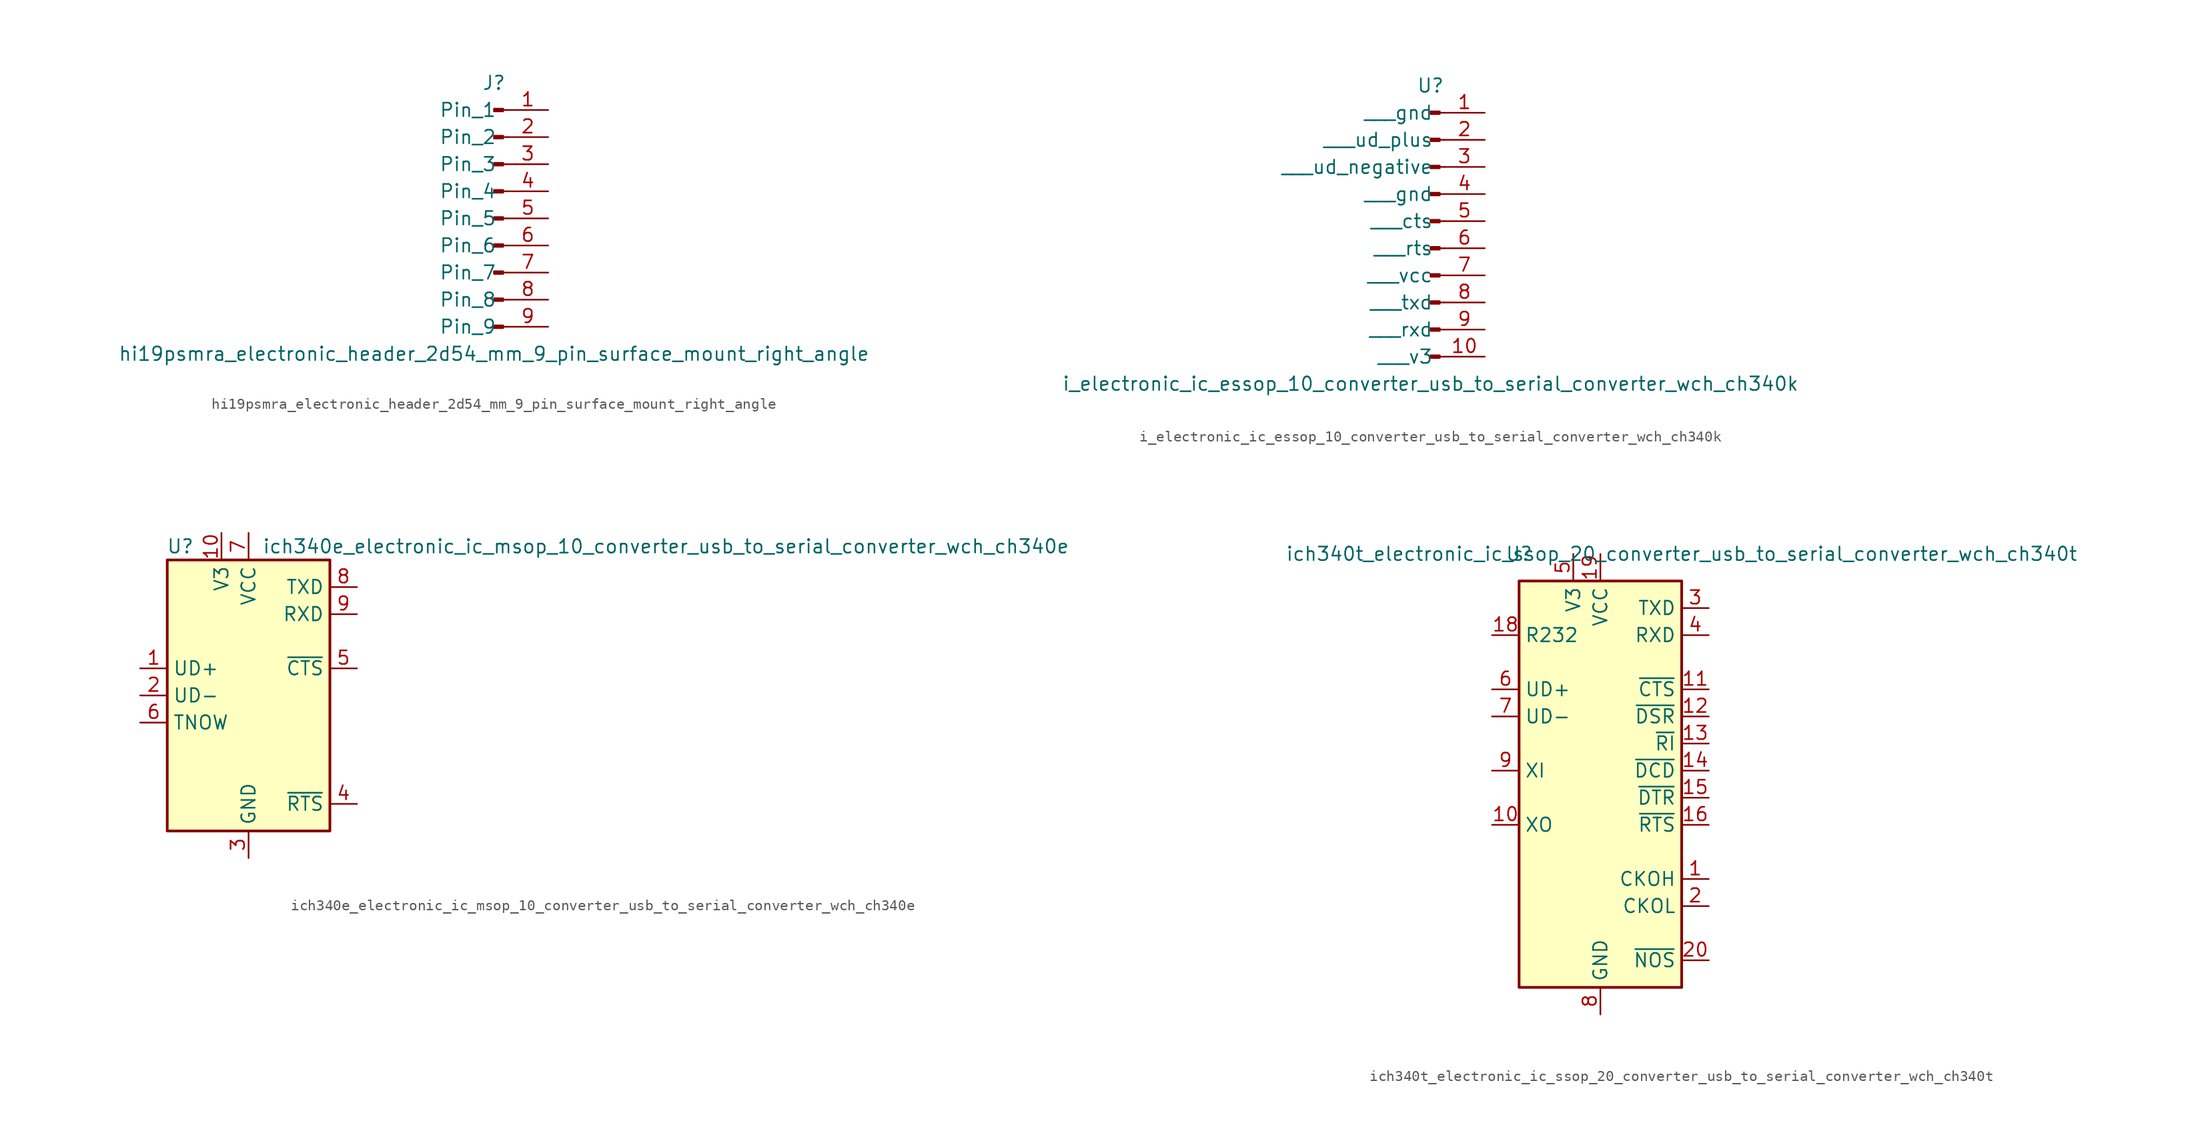
<source format=kicad_sym>
(kicad_symbol_lib
  (version 20220914)
  (generator kicad_symbol_editor)
  (symbol "hi19psmra_electronic_header_2d54_mm_9_pin_surface_mount_right_angle"
    (pin_names
      (offset 1.016))
    (property "Reference" "J"
      (at 0 12.7 0)
      (effects (font (size 1.27 1.27))))
    (property "Value" "hi19psmra_electronic_header_2d54_mm_9_pin_surface_mount_right_angle"
      (at 0 -12.7 0)
      (effects (font (size 1.27 1.27))))
    (property "ki_locked" ""
      (at 0 0 0)
      (effects (font (size 1.27 1.27))))
    (symbol "hi19psmra_electronic_header_2d54_mm_9_pin_surface_mount_right_angle_1_1"
      (polyline (pts (xy 1.27 -10.16) (xy 0.864 -10.16)) (stroke (width 0.152) (type default)) (fill (type none)))
      (polyline (pts (xy 1.27 -7.62) (xy 0.864 -7.62)) (stroke (width 0.152) (type default)) (fill (type none)))
      (polyline (pts (xy 1.27 -5.08) (xy 0.864 -5.08)) (stroke (width 0.152) (type default)) (fill (type none)))
      (polyline (pts (xy 1.27 -2.54) (xy 0.864 -2.54)) (stroke (width 0.152) (type default)) (fill (type none)))
      (polyline (pts (xy 1.27 0) (xy 0.864 0)) (stroke (width 0.152) (type default)) (fill (type none)))
      (polyline (pts (xy 1.27 2.54) (xy 0.864 2.54)) (stroke (width 0.152) (type default)) (fill (type none)))
      (polyline (pts (xy 1.27 5.08) (xy 0.864 5.08)) (stroke (width 0.152) (type default)) (fill (type none)))
      (polyline (pts (xy 1.27 7.62) (xy 0.864 7.62)) (stroke (width 0.152) (type default)) (fill (type none)))
      (polyline (pts (xy 1.27 10.16) (xy 0.864 10.16)) (stroke (width 0.152) (type default)) (fill (type none)))
      (rectangle (start 0.864 -10.033) (end 0 -10.287) (stroke (width 0.152) (type default)) (fill (type outline)))
      (rectangle (start 0.864 -7.493) (end 0 -7.747) (stroke (width 0.152) (type default)) (fill (type outline)))
      (rectangle (start 0.864 -4.953) (end 0 -5.207) (stroke (width 0.152) (type default)) (fill (type outline)))
      (rectangle (start 0.864 -2.413) (end 0 -2.667) (stroke (width 0.152) (type default)) (fill (type outline)))
      (rectangle (start 0.864 0.127) (end 0 -0.127) (stroke (width 0.152) (type default)) (fill (type outline)))
      (rectangle (start 0.864 2.667) (end 0 2.413) (stroke (width 0.152) (type default)) (fill (type outline)))
      (rectangle (start 0.864 5.207) (end 0 4.953) (stroke (width 0.152) (type default)) (fill (type outline)))
      (rectangle (start 0.864 7.747) (end 0 7.493) (stroke (width 0.152) (type default)) (fill (type outline)))
      (rectangle (start 0.864 10.287) (end 0 10.033) (stroke (width 0.152) (type default)) (fill (type outline)))
      (pin passive line (at 5.08 10.16 180) (length 3.81) (name "Pin_1" (effects (font (size 1.27 1.27)))) (number "1" (effects (font (size 1.27 1.27)))))
      (pin passive line (at 5.08 7.62 180) (length 3.81) (name "Pin_2" (effects (font (size 1.27 1.27)))) (number "2" (effects (font (size 1.27 1.27)))))
      (pin passive line (at 5.08 5.08 180) (length 3.81) (name "Pin_3" (effects (font (size 1.27 1.27)))) (number "3" (effects (font (size 1.27 1.27)))))
      (pin passive line (at 5.08 2.54 180) (length 3.81) (name "Pin_4" (effects (font (size 1.27 1.27)))) (number "4" (effects (font (size 1.27 1.27)))))
      (pin passive line (at 5.08 0 180) (length 3.81) (name "Pin_5" (effects (font (size 1.27 1.27)))) (number "5" (effects (font (size 1.27 1.27)))))
      (pin passive line (at 5.08 -2.54 180) (length 3.81) (name "Pin_6" (effects (font (size 1.27 1.27)))) (number "6" (effects (font (size 1.27 1.27)))))
      (pin passive line (at 5.08 -5.08 180) (length 3.81) (name "Pin_7" (effects (font (size 1.27 1.27)))) (number "7" (effects (font (size 1.27 1.27)))))
      (pin passive line (at 5.08 -7.62 180) (length 3.81) (name "Pin_8" (effects (font (size 1.27 1.27)))) (number "8" (effects (font (size 1.27 1.27)))))
      (pin passive line (at 5.08 -10.16 180) (length 3.81) (name "Pin_9" (effects (font (size 1.27 1.27)))) (number "9" (effects (font (size 1.27 1.27)))))))
  (symbol "i_electronic_ic_essop_10_converter_usb_to_serial_converter_wch_ch340k"
    (pin_names
      (offset 1.016))
    (property "Reference" "U"
      (at 0 12.7 0)
      (effects (font (size 1.27 1.27))))
    (property "Value" "i_electronic_ic_essop_10_converter_usb_to_serial_converter_wch_ch340k"
      (at 0 -15.24 0)
      (effects (font (size 1.27 1.27))))
    (property "ki_locked" ""
      (at 0 0 0)
      (effects (font (size 1.27 1.27))))
    (symbol "i_electronic_ic_essop_10_converter_usb_to_serial_converter_wch_ch340k_1_1"
      (polyline (pts (xy 1.27 -12.7) (xy 0.864 -12.7)) (stroke (width 0.152) (type default)) (fill (type none)))
      (polyline (pts (xy 1.27 -10.16) (xy 0.864 -10.16)) (stroke (width 0.152) (type default)) (fill (type none)))
      (polyline (pts (xy 1.27 -7.62) (xy 0.864 -7.62)) (stroke (width 0.152) (type default)) (fill (type none)))
      (polyline (pts (xy 1.27 -5.08) (xy 0.864 -5.08)) (stroke (width 0.152) (type default)) (fill (type none)))
      (polyline (pts (xy 1.27 -2.54) (xy 0.864 -2.54)) (stroke (width 0.152) (type default)) (fill (type none)))
      (polyline (pts (xy 1.27 0) (xy 0.864 0)) (stroke (width 0.152) (type default)) (fill (type none)))
      (polyline (pts (xy 1.27 2.54) (xy 0.864 2.54)) (stroke (width 0.152) (type default)) (fill (type none)))
      (polyline (pts (xy 1.27 5.08) (xy 0.864 5.08)) (stroke (width 0.152) (type default)) (fill (type none)))
      (polyline (pts (xy 1.27 7.62) (xy 0.864 7.62)) (stroke (width 0.152) (type default)) (fill (type none)))
      (polyline (pts (xy 1.27 10.16) (xy 0.864 10.16)) (stroke (width 0.152) (type default)) (fill (type none)))
      (rectangle (start 0.864 -12.573) (end 0 -12.827) (stroke (width 0.152) (type default)) (fill (type outline)))
      (rectangle (start 0.864 -10.033) (end 0 -10.287) (stroke (width 0.152) (type default)) (fill (type outline)))
      (rectangle (start 0.864 -7.493) (end 0 -7.747) (stroke (width 0.152) (type default)) (fill (type outline)))
      (rectangle (start 0.864 -4.953) (end 0 -5.207) (stroke (width 0.152) (type default)) (fill (type outline)))
      (rectangle (start 0.864 -2.413) (end 0 -2.667) (stroke (width 0.152) (type default)) (fill (type outline)))
      (rectangle (start 0.864 0.127) (end 0 -0.127) (stroke (width 0.152) (type default)) (fill (type outline)))
      (rectangle (start 0.864 2.667) (end 0 2.413) (stroke (width 0.152) (type default)) (fill (type outline)))
      (rectangle (start 0.864 5.207) (end 0 4.953) (stroke (width 0.152) (type default)) (fill (type outline)))
      (rectangle (start 0.864 7.747) (end 0 7.493) (stroke (width 0.152) (type default)) (fill (type outline)))
      (rectangle (start 0.864 10.287) (end 0 10.033) (stroke (width 0.152) (type default)) (fill (type outline)))
      (pin passive line (at 5.08 10.16 180) (length 3.81) (name "   gnd" (effects (font (size 1.27 1.27)))) (number "1" (effects (font (size 1.27 1.27)))))
      (pin passive line (at 5.08 -12.7 180) (length 3.81) (name "   v3" (effects (font (size 1.27 1.27)))) (number "10" (effects (font (size 1.27 1.27)))))
      (pin passive line (at 5.08 7.62 180) (length 3.81) (name "   ud_plus" (effects (font (size 1.27 1.27)))) (number "2" (effects (font (size 1.27 1.27)))))
      (pin passive line (at 5.08 5.08 180) (length 3.81) (name "   ud_negative" (effects (font (size 1.27 1.27)))) (number "3" (effects (font (size 1.27 1.27)))))
      (pin passive line (at 5.08 2.54 180) (length 3.81) (name "   gnd" (effects (font (size 1.27 1.27)))) (number "4" (effects (font (size 1.27 1.27)))))
      (pin passive line (at 5.08 0 180) (length 3.81) (name "   cts" (effects (font (size 1.27 1.27)))) (number "5" (effects (font (size 1.27 1.27)))))
      (pin passive line (at 5.08 -2.54 180) (length 3.81) (name "   rts" (effects (font (size 1.27 1.27)))) (number "6" (effects (font (size 1.27 1.27)))))
      (pin passive line (at 5.08 -5.08 180) (length 3.81) (name "   vcc" (effects (font (size 1.27 1.27)))) (number "7" (effects (font (size 1.27 1.27)))))
      (pin passive line (at 5.08 -7.62 180) (length 3.81) (name "   txd" (effects (font (size 1.27 1.27)))) (number "8" (effects (font (size 1.27 1.27)))))
      (pin passive line (at 5.08 -10.16 180) (length 3.81) (name "   rxd" (effects (font (size 1.27 1.27)))) (number "9" (effects (font (size 1.27 1.27)))))))
  (symbol "ich340e_electronic_ic_msop_10_converter_usb_to_serial_converter_wch_ch340e"
    (property "Reference" "U"
      (at -5.08 13.97 0)
      (effects (font (size 1.27 1.27)) (justify right)))
    (property "Value" "ich340e_electronic_ic_msop_10_converter_usb_to_serial_converter_wch_ch340e"
      (at 1.27 13.97 0)
      (effects (font (size 1.27 1.27)) (justify left)))
    (symbol "ich340e_electronic_ic_msop_10_converter_usb_to_serial_converter_wch_ch340e_0_1"
      (rectangle (start -7.62 12.7) (end 7.62 -12.7) (stroke (width 0.254) (type default)) (fill (type background))))
    (symbol "ich340e_electronic_ic_msop_10_converter_usb_to_serial_converter_wch_ch340e_1_1"
      (pin bidirectional line (at -10.16 2.54 0) (length 2.54) (name "UD+" (effects (font (size 1.27 1.27)))) (number "1" (effects (font (size 1.27 1.27)))))
      (pin passive line (at -2.54 15.24 270) (length 2.54) (name "V3" (effects (font (size 1.27 1.27)))) (number "10" (effects (font (size 1.27 1.27)))))
      (pin bidirectional line (at -10.16 0 0) (length 2.54) (name "UD-" (effects (font (size 1.27 1.27)))) (number "2" (effects (font (size 1.27 1.27)))))
      (pin power_in line (at 0 -15.24 90) (length 2.54) (name "GND" (effects (font (size 1.27 1.27)))) (number "3" (effects (font (size 1.27 1.27)))))
      (pin output line (at 10.16 -10.16 180) (length 2.54) (name "~{RTS}" (effects (font (size 1.27 1.27)))) (number "4" (effects (font (size 1.27 1.27)))))
      (pin input line (at 10.16 2.54 180) (length 2.54) (name "~{CTS}" (effects (font (size 1.27 1.27)))) (number "5" (effects (font (size 1.27 1.27)))))
      (pin output line (at -10.16 -2.54 0) (length 2.54) (name "TNOW" (effects (font (size 1.27 1.27)))) (number "6" (effects (font (size 1.27 1.27)))))
      (pin power_in line (at 0 15.24 270) (length 2.54) (name "VCC" (effects (font (size 1.27 1.27)))) (number "7" (effects (font (size 1.27 1.27)))))
      (pin output line (at 10.16 10.16 180) (length 2.54) (name "TXD" (effects (font (size 1.27 1.27)))) (number "8" (effects (font (size 1.27 1.27)))))
      (pin input line (at 10.16 7.62 180) (length 2.54) (name "RXD" (effects (font (size 1.27 1.27)))) (number "9" (effects (font (size 1.27 1.27)))))))
  (symbol "ich340t_electronic_ic_ssop_20_converter_usb_to_serial_converter_wch_ch340t"
    (property "Reference" "U"
      (at -7.62 22.86 0)
      (effects (font (size 1.27 1.27))))
    (property "Value" "ich340t_electronic_ic_ssop_20_converter_usb_to_serial_converter_wch_ch340t"
      (at 7.62 22.86 0)
      (effects (font (size 1.27 1.27))))
    (symbol "ich340t_electronic_ic_ssop_20_converter_usb_to_serial_converter_wch_ch340t_1_1"
      (rectangle (start -7.62 20.32) (end 7.62 -17.78) (stroke (width 0.254) (type default)) (fill (type background)))
      (pin output line (at 10.16 -7.62 180) (length 2.54) (name "CKOH" (effects (font (size 1.27 1.27)))) (number "1" (effects (font (size 1.27 1.27)))))
      (pin output line (at -10.16 -2.54 0) (length 2.54) (name "XO" (effects (font (size 1.27 1.27)))) (number "10" (effects (font (size 1.27 1.27)))))
      (pin input line (at 10.16 10.16 180) (length 2.54) (name "~{CTS}" (effects (font (size 1.27 1.27)))) (number "11" (effects (font (size 1.27 1.27)))))
      (pin input line (at 10.16 7.62 180) (length 2.54) (name "~{DSR}" (effects (font (size 1.27 1.27)))) (number "12" (effects (font (size 1.27 1.27)))))
      (pin input line (at 10.16 5.08 180) (length 2.54) (name "~{RI}" (effects (font (size 1.27 1.27)))) (number "13" (effects (font (size 1.27 1.27)))))
      (pin input line (at 10.16 2.54 180) (length 2.54) (name "~{DCD}" (effects (font (size 1.27 1.27)))) (number "14" (effects (font (size 1.27 1.27)))))
      (pin output line (at 10.16 0 180) (length 2.54) (name "~{DTR}" (effects (font (size 1.27 1.27)))) (number "15" (effects (font (size 1.27 1.27)))))
      (pin output line (at 10.16 -2.54 180) (length 2.54) (name "~{RTS}" (effects (font (size 1.27 1.27)))) (number "16" (effects (font (size 1.27 1.27)))))
      (pin no_connect line (at -7.62 -7.62 0) (length 2.54) hide (name "NC" (effects (font (size 1.27 1.27)))) (number "17" (effects (font (size 1.27 1.27)))))
      (pin input line (at -10.16 15.24 0) (length 2.54) (name "R232" (effects (font (size 1.27 1.27)))) (number "18" (effects (font (size 1.27 1.27)))))
      (pin power_in line (at 0 22.86 270) (length 2.54) (name "VCC" (effects (font (size 1.27 1.27)))) (number "19" (effects (font (size 1.27 1.27)))))
      (pin output line (at 10.16 -10.16 180) (length 2.54) (name "CKOL" (effects (font (size 1.27 1.27)))) (number "2" (effects (font (size 1.27 1.27)))))
      (pin input line (at 10.16 -15.24 180) (length 2.54) (name "~{NOS}" (effects (font (size 1.27 1.27)))) (number "20" (effects (font (size 1.27 1.27)))))
      (pin output line (at 10.16 17.78 180) (length 2.54) (name "TXD" (effects (font (size 1.27 1.27)))) (number "3" (effects (font (size 1.27 1.27)))))
      (pin input line (at 10.16 15.24 180) (length 2.54) (name "RXD" (effects (font (size 1.27 1.27)))) (number "4" (effects (font (size 1.27 1.27)))))
      (pin passive line (at -2.54 22.86 270) (length 2.54) (name "V3" (effects (font (size 1.27 1.27)))) (number "5" (effects (font (size 1.27 1.27)))))
      (pin bidirectional line (at -10.16 10.16 0) (length 2.54) (name "UD+" (effects (font (size 1.27 1.27)))) (number "6" (effects (font (size 1.27 1.27)))))
      (pin bidirectional line (at -10.16 7.62 0) (length 2.54) (name "UD-" (effects (font (size 1.27 1.27)))) (number "7" (effects (font (size 1.27 1.27)))))
      (pin power_in line (at 0 -20.32 90) (length 2.54) (name "GND" (effects (font (size 1.27 1.27)))) (number "8" (effects (font (size 1.27 1.27)))))
      (pin input line (at -10.16 2.54 0) (length 2.54) (name "XI" (effects (font (size 1.27 1.27)))) (number "9" (effects (font (size 1.27 1.27))))))))
</source>
